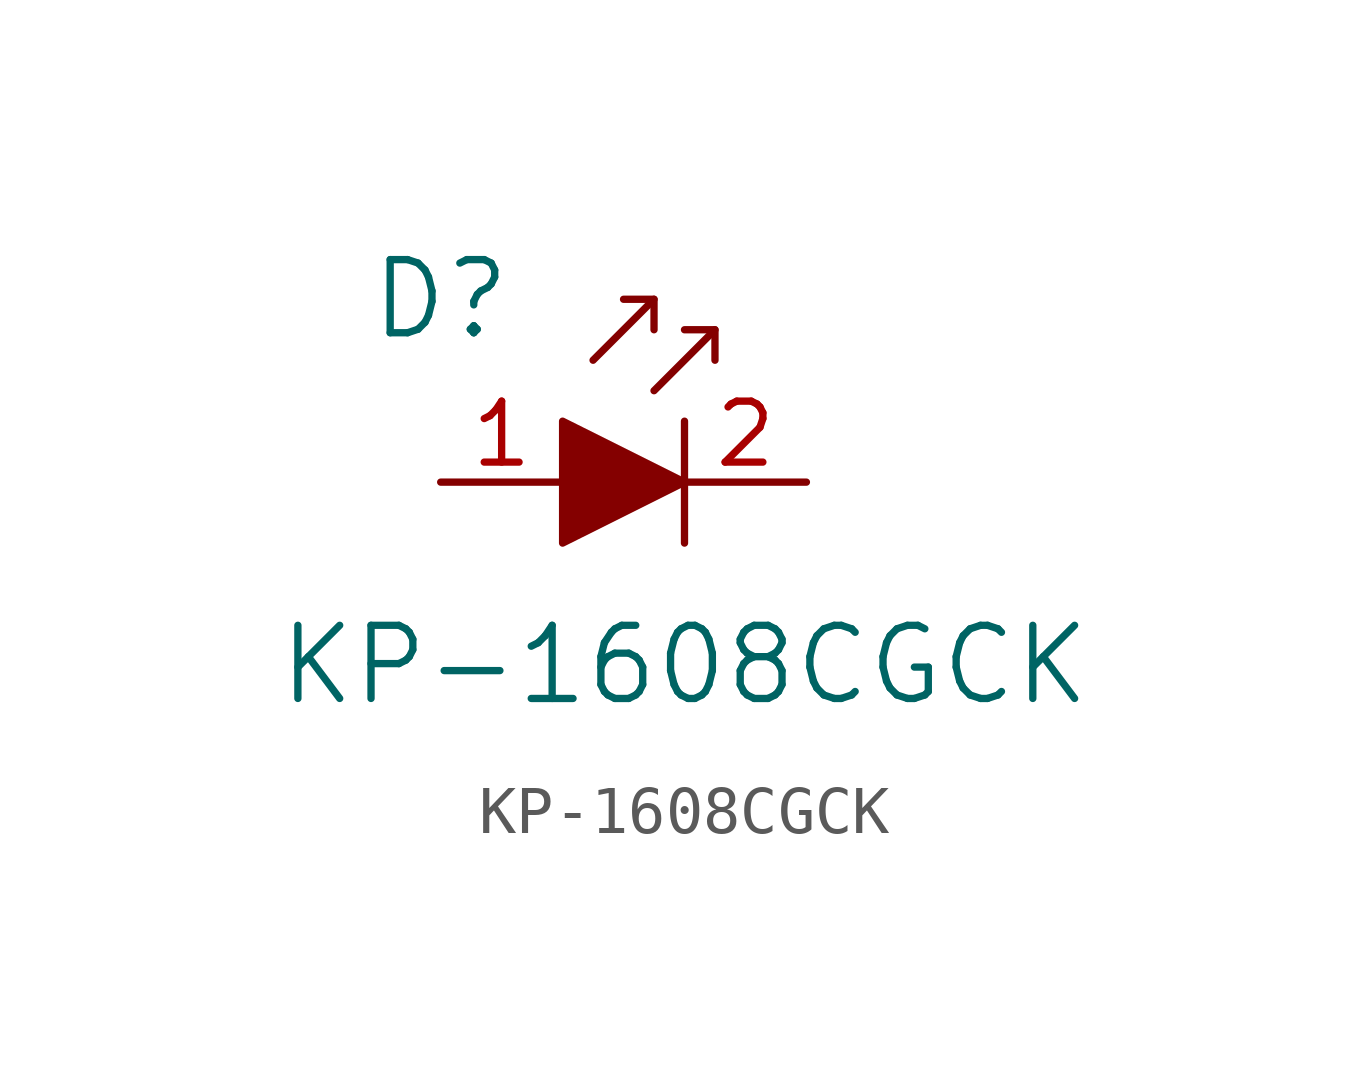
<source format=kicad_sym>
(kicad_symbol_lib
  (version 20211014)
  (generator kicad_symbol_editor)
  (symbol "KP-1608CGCK"
    (pin_names
      (offset 0))
    (property "Reference" "D"
      (at -5.08 3.81 0)
      (effects (font (size 1.524 1.524))))
    (property "Value" "KP-1608CGCK"
      (at 0 -3.81 0)
      (effects (font (size 1.524 1.524))))
    (symbol "KP-1608CGCK_0_1"
      (polyline (pts (xy -0.635 3.81) (xy -1.905 2.54)) (stroke (width 0) (type default) (color 0 0 0 0)) (fill (type none)))
      (polyline (pts (xy 0 1.27) (xy 0 -1.27)) (stroke (width 0) (type default) (color 0 0 0 0)) (fill (type none)))
      (polyline (pts (xy 0.635 3.175) (xy -0.635 1.905)) (stroke (width 0) (type default) (color 0 0 0 0)) (fill (type none)))
      (polyline (pts (xy -1.27 3.81) (xy -0.635 3.81) (xy -0.635 3.175)) (stroke (width 0) (type default) (color 0 0 0 0)) (fill (type none)))
      (polyline (pts (xy 0 3.175) (xy 0.635 3.175) (xy 0.635 2.54)) (stroke (width 0) (type default) (color 0 0 0 0)) (fill (type none)))
      (polyline (pts (xy -2.54 1.27) (xy -2.54 -1.27) (xy 0 0) (xy -2.54 1.27)) (stroke (width 0) (type default) (color 0 0 0 0)) (fill (type outline))))
    (symbol "KP-1608CGCK_1_1"
      (pin passive line (at -5.08 0 0) (length 2.54) (name "~" (effects (font (size 1.27 1.27)))) (number "1" (effects (font (size 1.27 1.27)))))
      (pin passive line (at 2.54 0 180) (length 2.54) (name "~" (effects (font (size 1.27 1.27)))) (number "2" (effects (font (size 1.27 1.27))))))))
</source>
